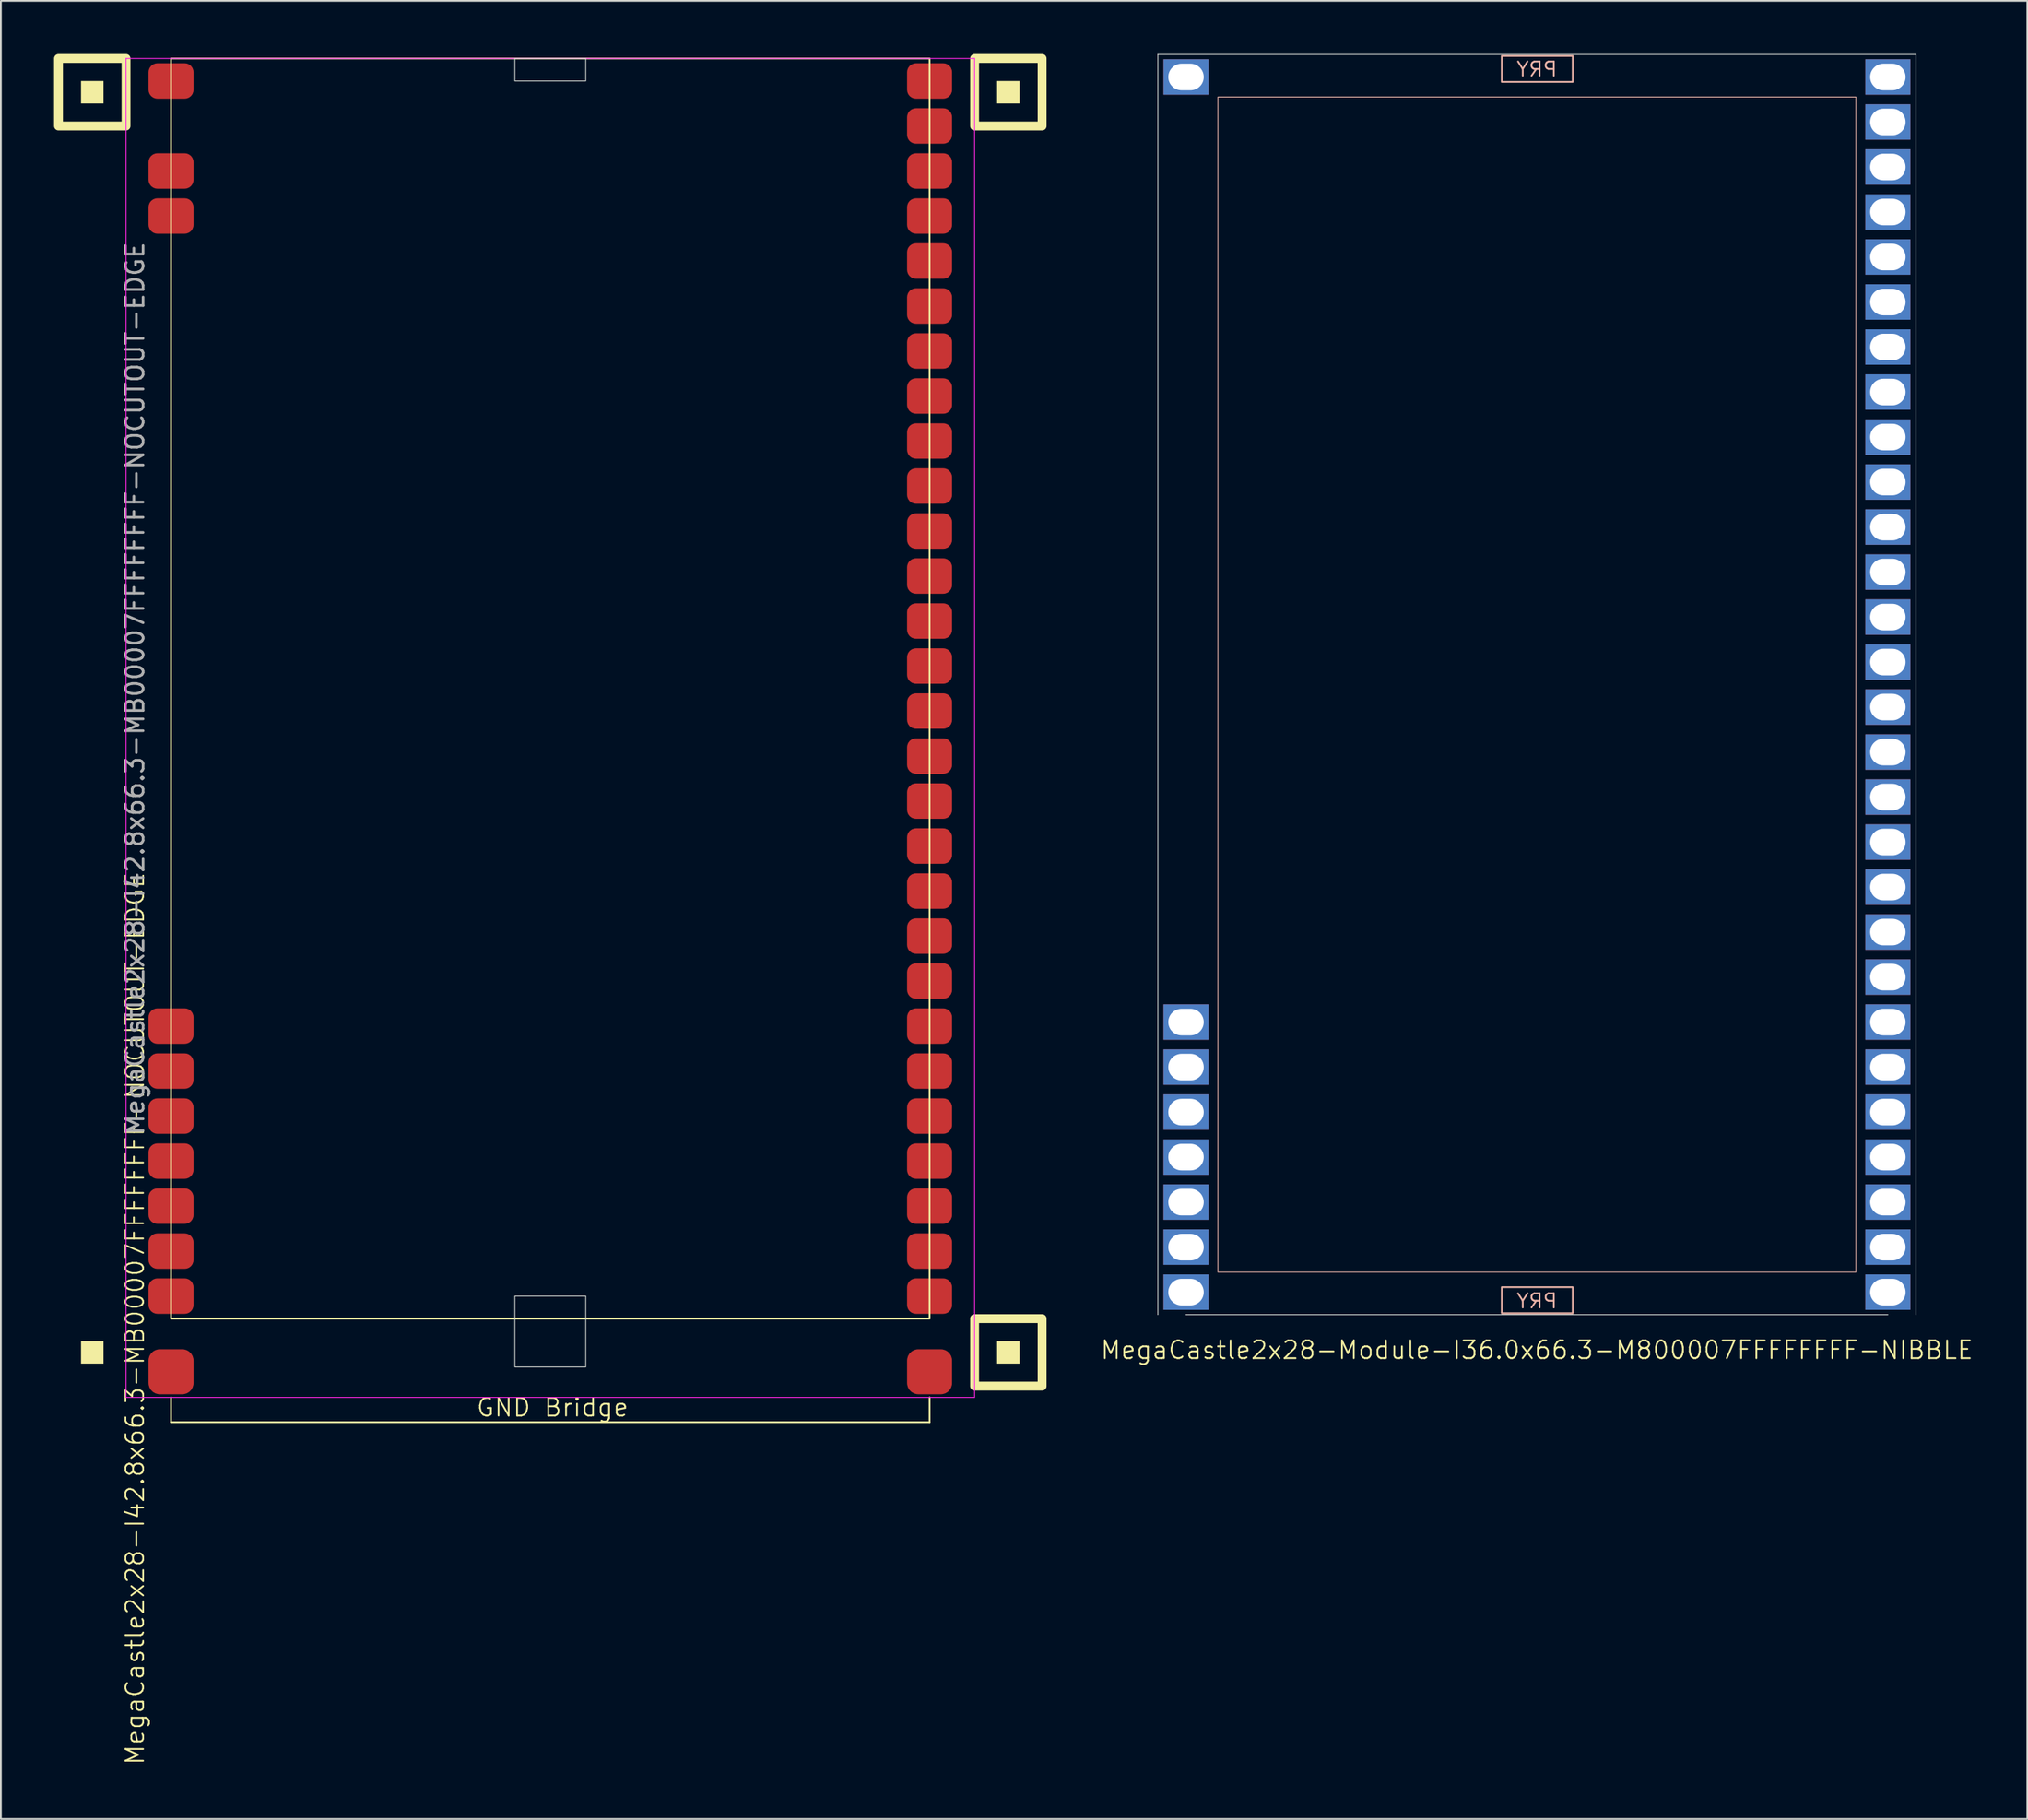
<source format=kicad_pcb>
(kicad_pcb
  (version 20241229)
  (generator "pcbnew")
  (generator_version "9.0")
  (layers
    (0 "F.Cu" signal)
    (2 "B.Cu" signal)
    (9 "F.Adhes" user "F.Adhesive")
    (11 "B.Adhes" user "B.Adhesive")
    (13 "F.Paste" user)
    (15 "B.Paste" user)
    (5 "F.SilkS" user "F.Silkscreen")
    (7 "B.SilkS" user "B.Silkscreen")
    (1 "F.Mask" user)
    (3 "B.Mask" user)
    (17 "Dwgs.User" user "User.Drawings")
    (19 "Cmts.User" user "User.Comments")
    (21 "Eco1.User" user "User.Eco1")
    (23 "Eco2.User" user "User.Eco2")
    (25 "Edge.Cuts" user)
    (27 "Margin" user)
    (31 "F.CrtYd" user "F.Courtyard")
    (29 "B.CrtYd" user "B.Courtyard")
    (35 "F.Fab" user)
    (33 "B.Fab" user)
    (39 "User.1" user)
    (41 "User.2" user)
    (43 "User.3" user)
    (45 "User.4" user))
  (footprint "MegaCastle2x28-Module-I36.0x66.3-M800007FFFFFFFF-NIBBLE"
    (layer "F.Cu")
    (at 83.669 35.585)
    (property "Reference" "MegaCastle2x28-Module-I36.0x66.3-M800007FFFFFFFF-NIBBLE" (at 0 37.56 0) (unlocked yes) (layer "F.SilkS") (effects (font (size 1 1) (thickness 0.1))))
    (attr smd)
    (fp_rect (start -18 33.16) (end 18 -33.16) (stroke (width 0.05) (type default)) (fill no) (layer "B.SilkS"))
    (fp_rect (start -1.984 -34.011) (end 2.02 -35.48) (stroke (width 0.1) (type default)) (fill no) (layer "B.SilkS"))
    (fp_rect (start -1.984 34.011) (end 2.02 35.48) (stroke (width 0.1) (type default)) (fill no) (layer "B.SilkS"))
    (fp_line (start -21.387 -35.56) (end -21.387 35.56) (stroke (width 0.05) (type default)) (layer "Edge.Cuts"))
    (fp_line (start -21.387 -35.56) (end 21.387 -35.56) (stroke (width 0.05) (type default)) (layer "Edge.Cuts"))
    (fp_line (start -19.8 35.56) (end 19.8 35.56) (stroke (width 0.05) (type default)) (layer "Edge.Cuts"))
    (fp_line (start 21.387 -35.56) (end 21.387 35.56) (stroke (width 0.05) (type default)) (layer "Edge.Cuts"))
    (fp_text user "PRY" (at 0 -34.26 0) (unlocked yes) (layer "B.SilkS") (effects (font (size 0.8 0.8) (thickness 0.1)) (justify bottom mirror)))
    (fp_text user "PRY" (at 0 35.26 0) (unlocked yes) (layer "B.SilkS") (effects (font (size 0.8 0.8) (thickness 0.1)) (justify bottom mirror)))
    (pad "1" thru_hole rect (at -19.8 -34.29) (size 2.54 2) (drill oval 2 1.5) (property pad_prop_castellated) (layers "*.Cu" "*.Mask"))
    (pad "22" thru_hole rect (at -19.8 19.05) (size 2.54 2) (drill oval 2 1.5) (property pad_prop_castellated) (layers "*.Cu" "*.Mask"))
    (pad "23" thru_hole rect (at -19.8 21.59) (size 2.54 2) (drill oval 2 1.5) (property pad_prop_castellated) (layers "*.Cu" "*.Mask"))
    (pad "24" thru_hole rect (at -19.8 24.13) (size 2.54 2) (drill oval 2 1.5) (property pad_prop_castellated) (layers "*.Cu" "*.Mask"))
    (pad "25" thru_hole rect (at -19.8 26.67) (size 2.54 2) (drill oval 2 1.5) (property pad_prop_castellated) (layers "*.Cu" "*.Mask"))
    (pad "26" thru_hole rect (at -19.8 29.21) (size 2.54 2) (drill oval 2 1.5) (property pad_prop_castellated) (layers "*.Cu" "*.Mask"))
    (pad "27" thru_hole rect (at -19.8 31.75) (size 2.54 2) (drill oval 2 1.5) (property pad_prop_castellated) (layers "*.Cu" "*.Mask"))
    (pad "28" thru_hole rect (at -19.8 34.29) (size 2.54 2) (drill oval 2 1.5) (property pad_prop_castellated) (layers "*.Cu" "*.Mask"))
    (pad "29" thru_hole rect (at 19.8 -34.29) (size 2.54 2) (drill oval 2 1.5) (property pad_prop_castellated) (layers "*.Cu" "*.Mask"))
    (pad "30" thru_hole rect (at 19.8 -31.75) (size 2.54 2) (drill oval 2 1.5) (property pad_prop_castellated) (layers "*.Cu" "*.Mask"))
    (pad "31" thru_hole rect (at 19.8 -29.21) (size 2.54 2) (drill oval 2 1.5) (property pad_prop_castellated) (layers "*.Cu" "*.Mask"))
    (pad "32" thru_hole rect (at 19.8 -26.67) (size 2.54 2) (drill oval 2 1.5) (property pad_prop_castellated) (layers "*.Cu" "*.Mask"))
    (pad "33" thru_hole rect (at 19.8 -24.13) (size 2.54 2) (drill oval 2 1.5) (property pad_prop_castellated) (layers "*.Cu" "*.Mask"))
    (pad "34" thru_hole rect (at 19.8 -21.59) (size 2.54 2) (drill oval 2 1.5) (property pad_prop_castellated) (layers "*.Cu" "*.Mask"))
    (pad "35" thru_hole rect (at 19.8 -19.05) (size 2.54 2) (drill oval 2 1.5) (property pad_prop_castellated) (layers "*.Cu" "*.Mask"))
    (pad "36" thru_hole rect (at 19.8 -16.51) (size 2.54 2) (drill oval 2 1.5) (property pad_prop_castellated) (layers "*.Cu" "*.Mask"))
    (pad "37" thru_hole rect (at 19.8 -13.97) (size 2.54 2) (drill oval 2 1.5) (property pad_prop_castellated) (layers "*.Cu" "*.Mask"))
    (pad "38" thru_hole rect (at 19.8 -11.43) (size 2.54 2) (drill oval 2 1.5) (property pad_prop_castellated) (layers "*.Cu" "*.Mask"))
    (pad "39" thru_hole rect (at 19.8 -8.89) (size 2.54 2) (drill oval 2 1.5) (property pad_prop_castellated) (layers "*.Cu" "*.Mask"))
    (pad "40" thru_hole rect (at 19.8 -6.35) (size 2.54 2) (drill oval 2 1.5) (property pad_prop_castellated) (layers "*.Cu" "*.Mask"))
    (pad "41" thru_hole rect (at 19.8 -3.81) (size 2.54 2) (drill oval 2 1.5) (property pad_prop_castellated) (layers "*.Cu" "*.Mask"))
    (pad "42" thru_hole rect (at 19.8 -1.27) (size 2.54 2) (drill oval 2 1.5) (property pad_prop_castellated) (layers "*.Cu" "*.Mask"))
    (pad "43" thru_hole rect (at 19.8 1.27) (size 2.54 2) (drill oval 2 1.5) (property pad_prop_castellated) (layers "*.Cu" "*.Mask"))
    (pad "44" thru_hole rect (at 19.8 3.81) (size 2.54 2) (drill oval 2 1.5) (property pad_prop_castellated) (layers "*.Cu" "*.Mask"))
    (pad "45" thru_hole rect (at 19.8 6.35) (size 2.54 2) (drill oval 2 1.5) (property pad_prop_castellated) (layers "*.Cu" "*.Mask"))
    (pad "46" thru_hole rect (at 19.8 8.89) (size 2.54 2) (drill oval 2 1.5) (property pad_prop_castellated) (layers "*.Cu" "*.Mask"))
    (pad "47" thru_hole rect (at 19.8 11.43) (size 2.54 2) (drill oval 2 1.5) (property pad_prop_castellated) (layers "*.Cu" "*.Mask"))
    (pad "48" thru_hole rect (at 19.8 13.97) (size 2.54 2) (drill oval 2 1.5) (property pad_prop_castellated) (layers "*.Cu" "*.Mask"))
    (pad "49" thru_hole rect (at 19.8 16.51) (size 2.54 2) (drill oval 2 1.5) (property pad_prop_castellated) (layers "*.Cu" "*.Mask"))
    (pad "50" thru_hole rect (at 19.8 19.05) (size 2.54 2) (drill oval 2 1.5) (property pad_prop_castellated) (layers "*.Cu" "*.Mask"))
    (pad "51" thru_hole rect (at 19.8 21.59) (size 2.54 2) (drill oval 2 1.5) (property pad_prop_castellated) (layers "*.Cu" "*.Mask"))
    (pad "52" thru_hole rect (at 19.8 24.13) (size 2.54 2) (drill oval 2 1.5) (property pad_prop_castellated) (layers "*.Cu" "*.Mask"))
    (pad "53" thru_hole rect (at 19.8 26.67) (size 2.54 2) (drill oval 2 1.5) (property pad_prop_castellated) (layers "*.Cu" "*.Mask"))
    (pad "54" thru_hole rect (at 19.8 29.21) (size 2.54 2) (drill oval 2 1.5) (property pad_prop_castellated) (layers "*.Cu" "*.Mask"))
    (pad "55" thru_hole rect (at 19.8 31.75) (size 2.54 2) (drill oval 2 1.5) (property pad_prop_castellated) (layers "*.Cu" "*.Mask"))
    (pad "56" thru_hole rect (at 19.8 34.29) (size 2.54 2) (drill oval 2 1.5) (property pad_prop_castellated) (layers "*.Cu" "*.Mask"))
    (zone (net_name "") (layer "B.Cu") (hatch edge 0.5) (connect_pads) (min_thickness 0.25) (filled_areas_thickness no) (keepout (tracks allowed) (vias allowed) (pads allowed) (copperpour allowed) (footprints not_allowed)) (placement (enabled no)) (fill) (polygon (pts (xy 63.869 71.145) (xy 63.869 0.025) (xy 65.669 0.025) (xy 65.669 71.145))))
    (zone (net_name "") (layer "B.Cu") (hatch edge 0.5) (connect_pads) (min_thickness 0.25) (filled_areas_thickness no) (keepout (tracks allowed) (vias allowed) (pads allowed) (copperpour allowed) (footprints not_allowed)) (placement (enabled no)) (fill) (polygon (pts (xy 65.669 0.025) (xy 65.669 2.425) (xy 101.669 2.425) (xy 101.669 0.025))))
    (zone (net_name "") (layer "B.Cu") (hatch edge 0.5) (connect_pads) (min_thickness 0.25) (filled_areas_thickness no) (keepout (tracks allowed) (vias allowed) (pads allowed) (copperpour allowed) (footprints not_allowed)) (placement (enabled no)) (fill) (polygon (pts (xy 65.669 71.145) (xy 65.669 68.745) (xy 101.669 68.745) (xy 101.669 71.145))))
    (zone (net_name "") (layer "B.Cu") (name "Upper Pry Zone") (hatch edge 0.5) (connect_pads) (min_thickness 0.25) (filled_areas_thickness no) (keepout (tracks not_allowed) (vias not_allowed) (pads not_allowed) (copperpour allowed) (footprints not_allowed)) (placement (enabled no)) (fill) (polygon (pts (xy 81.685 1.574) (xy 81.685 0.105) (xy 85.689 0.105) (xy 85.689 1.574))))
    (zone (net_name "") (layer "B.Cu") (name "Upper Pry Zone") (hatch edge 0.5) (connect_pads) (min_thickness 0.25) (filled_areas_thickness no) (keepout (tracks not_allowed) (vias not_allowed) (pads not_allowed) (copperpour allowed) (footprints not_allowed)) (placement (enabled no)) (fill) (polygon (pts (xy 81.685 69.596) (xy 81.685 71.065) (xy 85.689 71.065) (xy 85.689 69.596))))
    (zone (net_name "") (layer "B.Cu") (hatch edge 0.5) (connect_pads) (min_thickness 0.25) (filled_areas_thickness no) (keepout (tracks allowed) (vias allowed) (pads allowed) (copperpour allowed) (footprints not_allowed)) (placement (enabled no)) (fill) (polygon (pts (xy 103.469 71.145) (xy 103.469 0.025) (xy 101.669 0.025) (xy 101.669 71.145)))))
  (footprint "MegaCastle2x28-I42.8x66.3-MB00007FFFFFFFF-NOCUTOUT-EDGE"
    (layer "F.Cu")
    (at 28 35.81)
    (property "Reference" "MegaCastle2x28-I42.8x66.3-MB00007FFFFFFFF-NOCUTOUT-EDGE" (at -23.432 35.56 90) (unlocked yes) (layer "F.SilkS") (effects (font (size 1 1) (thickness 0.1))))
    (attr smd)
    (fp_line (start -21.4 40.005) (end -21.4 41.405) (stroke (width 0.1) (type default)) (layer "F.SilkS"))
    (fp_line (start -21.4 41.405) (end 21.4 41.405) (stroke (width 0.1) (type default)) (layer "F.SilkS"))
    (fp_line (start 21.4 40.005) (end 21.4 41.405) (stroke (width 0.1) (type default)) (layer "F.SilkS"))
    (fp_rect (start -25.21 -33.02) (end -26.48 -34.29) (stroke (width 0) (type solid)) (fill yes) (layer "F.SilkS"))
    (fp_rect (start -25.21 38.1) (end -26.48 36.83) (stroke (width 0) (type solid)) (fill yes) (layer "F.SilkS"))
    (fp_rect (start -23.94 -31.75) (end -27.75 -35.56) (stroke (width 0.5) (type default)) (fill no) (layer "F.SilkS"))
    (fp_rect (start -21.4 -35.56) (end 21.4 35.56) (stroke (width 0.1) (type default)) (fill no) (layer "F.SilkS"))
    (fp_rect (start 26.48 -33.02) (end 25.21 -34.29) (stroke (width 0) (type solid)) (fill yes) (layer "F.SilkS"))
    (fp_rect (start 26.48 38.1) (end 25.21 36.83) (stroke (width 0) (type solid)) (fill yes) (layer "F.SilkS"))
    (fp_rect (start 27.75 -31.75) (end 23.94 -35.56) (stroke (width 0.5) (type default)) (fill no) (layer "F.SilkS"))
    (fp_rect (start 27.75 39.37) (end 23.94 35.56) (stroke (width 0.5) (type default)) (fill no) (layer "F.SilkS"))
    (fp_rect (start -2 -34.29) (end 2 -35.56) (stroke (width 0.05) (type default)) (fill no) (layer "Edge.Cuts"))
    (fp_rect (start -2 34.29) (end 2 38.29) (stroke (width 0.05) (type default)) (fill no) (layer "Edge.Cuts"))
    (fp_line (start -23.94 -35.56) (end -23.94 40.005) (stroke (width 0.05) (type default)) (layer "F.CrtYd"))
    (fp_line (start -23.94 40.005) (end 23.94 40.005) (stroke (width 0.05) (type default)) (layer "F.CrtYd"))
    (fp_line (start 23.94 -35.56) (end -23.94 -35.56) (stroke (width 0.05) (type default)) (layer "F.CrtYd"))
    (fp_line (start 23.94 -35.56) (end 23.94 40.005) (stroke (width 0.05) (type default)) (layer "F.CrtYd"))
    (fp_text user "GND Bridge" (at -4.226 41.16 0) (unlocked yes) (layer "F.SilkS") (effects (font (size 1 1) (thickness 0.1)) (justify left bottom)))
    (fp_text user "${REFERENCE}" (at -23.432 0 90) (unlocked yes) (layer "F.Fab") (effects (font (size 1 1) (thickness 0.15))))
    (pad "1" smd roundrect (at -21.4 -34.29) (size 2.54 2) (layers "F.Cu" "F.Mask" "F.Paste") (roundrect_rratio 0.25))
    (pad "3" smd roundrect (at -21.4 -29.21) (size 2.54 2) (layers "F.Cu" "F.Mask" "F.Paste") (roundrect_rratio 0.25))
    (pad "4" smd roundrect (at -21.4 -26.67) (size 2.54 2) (layers "F.Cu" "F.Mask" "F.Paste") (roundrect_rratio 0.25))
    (pad "22" smd roundrect (at -21.4 19.05) (size 2.54 2) (layers "F.Cu" "F.Mask" "F.Paste") (roundrect_rratio 0.25))
    (pad "23" smd roundrect (at -21.4 21.59) (size 2.54 2) (layers "F.Cu" "F.Mask" "F.Paste") (roundrect_rratio 0.25))
    (pad "24" smd roundrect (at -21.4 24.13) (size 2.54 2) (layers "F.Cu" "F.Mask" "F.Paste") (roundrect_rratio 0.25))
    (pad "25" smd roundrect (at -21.4 26.67) (size 2.54 2) (layers "F.Cu" "F.Mask" "F.Paste") (roundrect_rratio 0.25))
    (pad "26" smd roundrect (at -21.4 29.21) (size 2.54 2) (layers "F.Cu" "F.Mask" "F.Paste") (roundrect_rratio 0.25))
    (pad "27" smd roundrect (at -21.4 31.75) (size 2.54 2) (layers "F.Cu" "F.Mask" "F.Paste") (roundrect_rratio 0.25))
    (pad "28" smd roundrect (at -21.4 34.29) (size 2.54 2) (layers "F.Cu" "F.Mask" "F.Paste") (roundrect_rratio 0.25))
    (pad "29" smd roundrect (at 21.4 -34.29) (size 2.54 2) (layers "F.Cu" "F.Mask" "F.Paste") (roundrect_rratio 0.25))
    (pad "30" smd roundrect (at 21.4 -31.75) (size 2.54 2) (layers "F.Cu" "F.Mask" "F.Paste") (roundrect_rratio 0.25))
    (pad "31" smd roundrect (at 21.4 -29.21) (size 2.54 2) (layers "F.Cu" "F.Mask" "F.Paste") (roundrect_rratio 0.25))
    (pad "32" smd roundrect (at 21.4 -26.67) (size 2.54 2) (layers "F.Cu" "F.Mask" "F.Paste") (roundrect_rratio 0.25))
    (pad "33" smd roundrect (at 21.4 -24.13) (size 2.54 2) (layers "F.Cu" "F.Mask" "F.Paste") (roundrect_rratio 0.25))
    (pad "34" smd roundrect (at 21.4 -21.59) (size 2.54 2) (layers "F.Cu" "F.Mask" "F.Paste") (roundrect_rratio 0.25))
    (pad "35" smd roundrect (at 21.4 -19.05) (size 2.54 2) (layers "F.Cu" "F.Mask" "F.Paste") (roundrect_rratio 0.25))
    (pad "36" smd roundrect (at 21.4 -16.51) (size 2.54 2) (layers "F.Cu" "F.Mask" "F.Paste") (roundrect_rratio 0.25))
    (pad "37" smd roundrect (at 21.4 -13.97) (size 2.54 2) (layers "F.Cu" "F.Mask" "F.Paste") (roundrect_rratio 0.25))
    (pad "38" smd roundrect (at 21.4 -11.43) (size 2.54 2) (layers "F.Cu" "F.Mask" "F.Paste") (roundrect_rratio 0.25))
    (pad "39" smd roundrect (at 21.4 -8.89) (size 2.54 2) (layers "F.Cu" "F.Mask" "F.Paste") (roundrect_rratio 0.25))
    (pad "40" smd roundrect (at 21.4 -6.35) (size 2.54 2) (layers "F.Cu" "F.Mask" "F.Paste") (roundrect_rratio 0.25))
    (pad "41" smd roundrect (at 21.4 -3.81) (size 2.54 2) (layers "F.Cu" "F.Mask" "F.Paste") (roundrect_rratio 0.25))
    (pad "42" smd roundrect (at 21.4 -1.27) (size 2.54 2) (layers "F.Cu" "F.Mask" "F.Paste") (roundrect_rratio 0.25))
    (pad "43" smd roundrect (at 21.4 1.27) (size 2.54 2) (layers "F.Cu" "F.Mask" "F.Paste") (roundrect_rratio 0.25))
    (pad "44" smd roundrect (at 21.4 3.81) (size 2.54 2) (layers "F.Cu" "F.Mask" "F.Paste") (roundrect_rratio 0.25))
    (pad "45" smd roundrect (at 21.4 6.35) (size 2.54 2) (layers "F.Cu" "F.Mask" "F.Paste") (roundrect_rratio 0.25))
    (pad "46" smd roundrect (at 21.4 8.89) (size 2.54 2) (layers "F.Cu" "F.Mask" "F.Paste") (roundrect_rratio 0.25))
    (pad "47" smd roundrect (at 21.4 11.43) (size 2.54 2) (layers "F.Cu" "F.Mask" "F.Paste") (roundrect_rratio 0.25))
    (pad "48" smd roundrect (at 21.4 13.97) (size 2.54 2) (layers "F.Cu" "F.Mask" "F.Paste") (roundrect_rratio 0.25))
    (pad "49" smd roundrect (at 21.4 16.51) (size 2.54 2) (layers "F.Cu" "F.Mask" "F.Paste") (roundrect_rratio 0.25))
    (pad "50" smd roundrect (at 21.4 19.05) (size 2.54 2) (layers "F.Cu" "F.Mask" "F.Paste") (roundrect_rratio 0.25))
    (pad "51" smd roundrect (at 21.4 21.59) (size 2.54 2) (layers "F.Cu" "F.Mask" "F.Paste") (roundrect_rratio 0.25))
    (pad "52" smd roundrect (at 21.4 24.13) (size 2.54 2) (layers "F.Cu" "F.Mask" "F.Paste") (roundrect_rratio 0.25))
    (pad "53" smd roundrect (at 21.4 26.67) (size 2.54 2) (layers "F.Cu" "F.Mask" "F.Paste") (roundrect_rratio 0.25))
    (pad "54" smd roundrect (at 21.4 29.21) (size 2.54 2) (layers "F.Cu" "F.Mask" "F.Paste") (roundrect_rratio 0.25))
    (pad "55" smd roundrect (at 21.4 31.75) (size 2.54 2) (layers "F.Cu" "F.Mask" "F.Paste") (roundrect_rratio 0.25))
    (pad "56" smd roundrect (at 21.4 34.29) (size 2.54 2) (layers "F.Cu" "F.Mask" "F.Paste") (roundrect_rratio 0.25))
    (pad "B1" smd roundrect (at -21.4 38.56) (size 2.54 2.54) (layers "F.Cu" "F.Mask" "F.Paste") (roundrect_rratio 0.25))
    (pad "B2" smd roundrect (at 21.4 38.56) (size 2.54 2.54) (layers "F.Cu" "F.Mask" "F.Paste") (roundrect_rratio 0.25)))
  (gr_rect
    (start -3 -3)
    (end 111.338 99.61)
    (stroke (width 0.1) (type default))
    (fill no)
    (layer "Edge.Cuts")))
</source>
